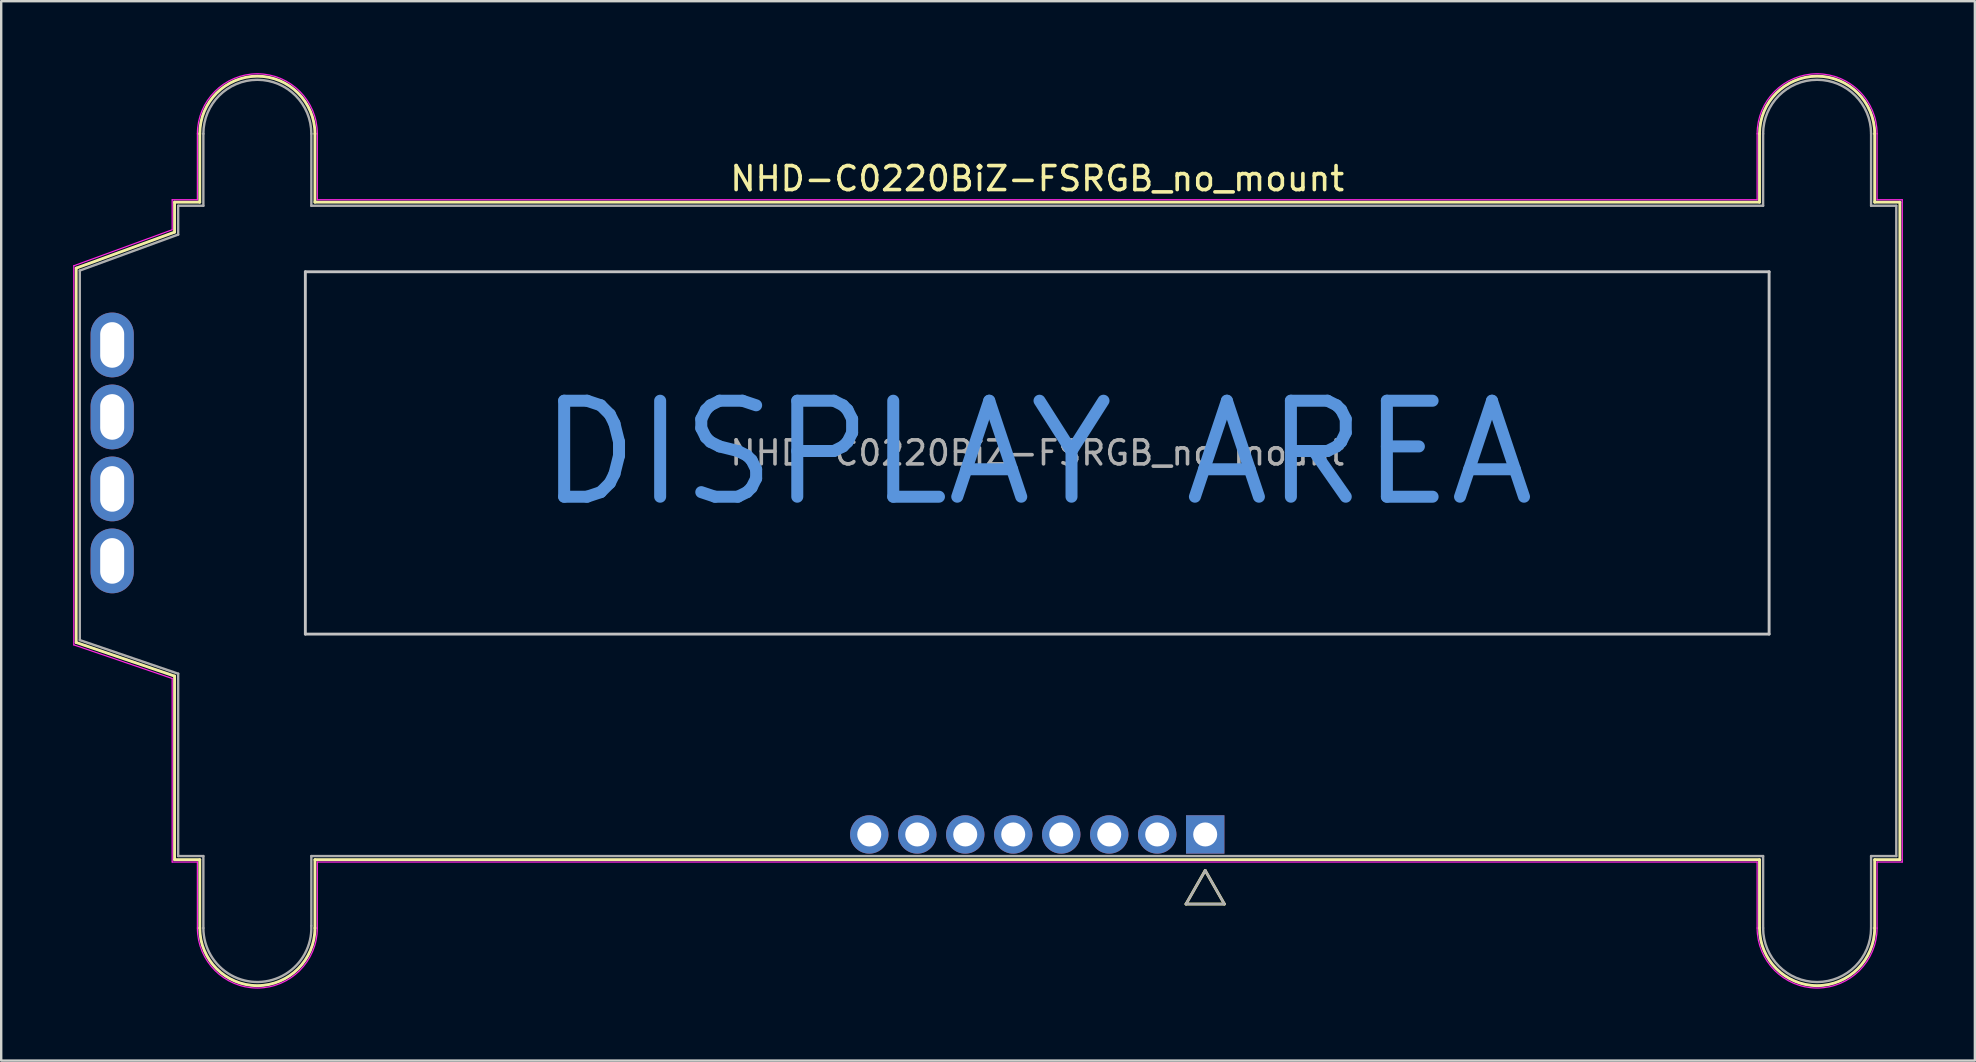
<source format=kicad_pcb>
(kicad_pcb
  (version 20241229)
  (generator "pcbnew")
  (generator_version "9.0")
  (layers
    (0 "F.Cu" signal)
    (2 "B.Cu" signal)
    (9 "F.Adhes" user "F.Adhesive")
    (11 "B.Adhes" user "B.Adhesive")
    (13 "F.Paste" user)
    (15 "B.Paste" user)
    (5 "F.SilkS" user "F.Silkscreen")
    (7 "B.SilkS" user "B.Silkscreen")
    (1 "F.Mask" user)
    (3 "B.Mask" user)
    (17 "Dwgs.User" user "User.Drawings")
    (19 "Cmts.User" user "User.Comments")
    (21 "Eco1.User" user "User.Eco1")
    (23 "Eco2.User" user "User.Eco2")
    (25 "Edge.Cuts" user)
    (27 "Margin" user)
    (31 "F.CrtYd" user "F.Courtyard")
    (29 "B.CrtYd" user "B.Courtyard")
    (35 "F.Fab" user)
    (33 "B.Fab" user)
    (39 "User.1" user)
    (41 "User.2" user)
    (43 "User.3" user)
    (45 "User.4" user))
  (footprint "NHD-C0220BiZ-FSRGB_no_mount"
    (layer "F.Cu")
    (at 40.175 15.825)
    (property "Reference" "NHD-C0220BiZ-FSRGB_no_mount" (at 0 -11.43 0) (layer "F.SilkS") (effects (font (size 1 1) (thickness 0.15))))
    (attr through_hole)
    (fp_line (start -40.05 -7.7) (end -40.05 7.9) (stroke (width 0.12) (type solid)) (layer "F.SilkS"))
    (fp_line (start -40.05 7.9) (end -35.95 9.3) (stroke (width 0.12) (type solid)) (layer "F.SilkS"))
    (fp_line (start -35.95 -10.45) (end -35.95 -9.2) (stroke (width 0.12) (type solid)) (layer "F.SilkS"))
    (fp_line (start -35.95 -9.2) (end -40.05 -7.7) (stroke (width 0.12) (type solid)) (layer "F.SilkS"))
    (fp_line (start -35.95 9.3) (end -35.95 16.95) (stroke (width 0.12) (type solid)) (layer "F.SilkS"))
    (fp_line (start -35.95 16.95) (end -34.9 16.95) (stroke (width 0.12) (type solid)) (layer "F.SilkS"))
    (fp_line (start -34.9 -13.3) (end -34.9 -10.45) (stroke (width 0.12) (type solid)) (layer "F.SilkS"))
    (fp_line (start -34.9 -10.45) (end -35.95 -10.45) (stroke (width 0.12) (type solid)) (layer "F.SilkS"))
    (fp_line (start -34.9 16.95) (end -34.9 19.8) (stroke (width 0.12) (type solid)) (layer "F.SilkS"))
    (fp_line (start -30.1 -10.45) (end -30.1 -13.3) (stroke (width 0.12) (type solid)) (layer "F.SilkS"))
    (fp_line (start -30.1 16.95) (end 30.1 16.95) (stroke (width 0.12) (type solid)) (layer "F.SilkS"))
    (fp_line (start -30.1 19.8) (end -30.1 16.95) (stroke (width 0.12) (type solid)) (layer "F.SilkS"))
    (fp_line (start 6.2 18.8) (end 7 17.4) (stroke (width 0.12) (type solid)) (layer "F.SilkS"))
    (fp_line (start 6.2 18.8) (end 7.8 18.8) (stroke (width 0.12) (type solid)) (layer "F.SilkS"))
    (fp_line (start 7 17.4) (end 7.8 18.8) (stroke (width 0.12) (type solid)) (layer "F.SilkS"))
    (fp_line (start 30.1 -13.3) (end 30.1 -10.45) (stroke (width 0.12) (type solid)) (layer "F.SilkS"))
    (fp_line (start 30.1 -10.45) (end -30.1 -10.45) (stroke (width 0.12) (type solid)) (layer "F.SilkS"))
    (fp_line (start 30.1 16.95) (end 30.1 19.8) (stroke (width 0.12) (type solid)) (layer "F.SilkS"))
    (fp_line (start 34.9 -10.45) (end 34.9 -13.3) (stroke (width 0.12) (type solid)) (layer "F.SilkS"))
    (fp_line (start 34.9 16.95) (end 35.95 16.95) (stroke (width 0.12) (type solid)) (layer "F.SilkS"))
    (fp_line (start 34.9 19.8) (end 34.9 16.95) (stroke (width 0.12) (type solid)) (layer "F.SilkS"))
    (fp_line (start 35.95 -10.45) (end 34.9 -10.45) (stroke (width 0.12) (type solid)) (layer "F.SilkS"))
    (fp_line (start 35.95 16.95) (end 35.95 -10.45) (stroke (width 0.12) (type solid)) (layer "F.SilkS"))
    (fp_arc (start -34.9 -13.3) (mid -32.5 -15.7) (end -30.1 -13.3) (stroke (width 0.12) (type solid)) (layer "F.SilkS"))
    (fp_arc (start -30.1 19.8) (mid -32.5 22.2) (end -34.9 19.8) (stroke (width 0.12) (type solid)) (layer "F.SilkS"))
    (fp_arc (start 30.1 -13.3) (mid 32.5 -15.7) (end 34.9 -13.3) (stroke (width 0.12) (type solid)) (layer "F.SilkS"))
    (fp_arc (start 34.9 19.8) (mid 32.5 22.2) (end 30.1 19.8) (stroke (width 0.12) (type solid)) (layer "F.SilkS"))
    (fp_line (start -30.5 -7.55) (end 30.5 -7.55) (stroke (width 0.12) (type solid)) (layer "Dwgs.User"))
    (fp_line (start -30.5 7.55) (end -30.5 -7.55) (stroke (width 0.12) (type solid)) (layer "Dwgs.User"))
    (fp_line (start 30.5 -7.55) (end 30.5 7.55) (stroke (width 0.12) (type solid)) (layer "Dwgs.User"))
    (fp_line (start 30.5 7.55) (end -30.5 7.55) (stroke (width 0.12) (type solid)) (layer "Dwgs.User"))
    (fp_line (start -40.15 -7.8) (end -36.05 -9.3) (stroke (width 0.05) (type solid)) (layer "F.CrtYd"))
    (fp_line (start -40.15 8) (end -40.15 -7.8) (stroke (width 0.05) (type solid)) (layer "F.CrtYd"))
    (fp_line (start -36.05 -10.55) (end -35 -10.55) (stroke (width 0.05) (type solid)) (layer "F.CrtYd"))
    (fp_line (start -36.05 -9.3) (end -36.05 -10.55) (stroke (width 0.05) (type solid)) (layer "F.CrtYd"))
    (fp_line (start -36.05 9.4) (end -40.15 8) (stroke (width 0.05) (type solid)) (layer "F.CrtYd"))
    (fp_line (start -36.05 17.05) (end -36.05 9.4) (stroke (width 0.05) (type solid)) (layer "F.CrtYd"))
    (fp_line (start -35 -10.55) (end -35 -13.3) (stroke (width 0.05) (type solid)) (layer "F.CrtYd"))
    (fp_line (start -35 17.05) (end -36.05 17.05) (stroke (width 0.05) (type solid)) (layer "F.CrtYd"))
    (fp_line (start -35 19.8) (end -35 17.05) (stroke (width 0.05) (type solid)) (layer "F.CrtYd"))
    (fp_line (start -30 -13.3) (end -30 -10.55) (stroke (width 0.05) (type solid)) (layer "F.CrtYd"))
    (fp_line (start -30 -10.55) (end 30 -10.55) (stroke (width 0.05) (type solid)) (layer "F.CrtYd"))
    (fp_line (start -30 17.05) (end -30 19.8) (stroke (width 0.05) (type solid)) (layer "F.CrtYd"))
    (fp_line (start 30 -10.55) (end 30 -13.3) (stroke (width 0.05) (type solid)) (layer "F.CrtYd"))
    (fp_line (start 30 17.05) (end -30 17.05) (stroke (width 0.05) (type solid)) (layer "F.CrtYd"))
    (fp_line (start 30 19.8) (end 30 17.05) (stroke (width 0.05) (type solid)) (layer "F.CrtYd"))
    (fp_line (start 35 -10.55) (end 35 -13.3) (stroke (width 0.05) (type solid)) (layer "F.CrtYd"))
    (fp_line (start 35 17.05) (end 35 19.8) (stroke (width 0.05) (type solid)) (layer "F.CrtYd"))
    (fp_line (start 36.05 -10.55) (end 35 -10.55) (stroke (width 0.05) (type solid)) (layer "F.CrtYd"))
    (fp_line (start 36.05 -10.55) (end 36.05 17.05) (stroke (width 0.05) (type solid)) (layer "F.CrtYd"))
    (fp_line (start 36.05 17.05) (end 35 17.05) (stroke (width 0.05) (type solid)) (layer "F.CrtYd"))
    (fp_arc (start -35 -13.3) (mid -32.5 -15.8) (end -30 -13.3) (stroke (width 0.05) (type solid)) (layer "F.CrtYd"))
    (fp_arc (start -30 19.8) (mid -32.5 22.3) (end -35 19.8) (stroke (width 0.05) (type solid)) (layer "F.CrtYd"))
    (fp_arc (start 30 -13.3) (mid 32.5 -15.8) (end 35 -13.3) (stroke (width 0.05) (type solid)) (layer "F.CrtYd"))
    (fp_arc (start 35 19.8) (mid 32.5 22.3) (end 30 19.8) (stroke (width 0.05) (type solid)) (layer "F.CrtYd"))
    (fp_line (start -39.9 -7.6) (end -35.8 -9.1) (stroke (width 0.1) (type solid)) (layer "F.Fab"))
    (fp_line (start -39.9 7.8) (end -39.9 -7.6) (stroke (width 0.1) (type solid)) (layer "F.Fab"))
    (fp_line (start -35.8 -10.3) (end -35.8 -9.1) (stroke (width 0.1) (type solid)) (layer "F.Fab"))
    (fp_line (start -35.8 -10.3) (end -34.75 -10.3) (stroke (width 0.1) (type solid)) (layer "F.Fab"))
    (fp_line (start -35.8 9.2) (end -39.9 7.8) (stroke (width 0.1) (type solid)) (layer "F.Fab"))
    (fp_line (start -35.8 9.2) (end -35.8 16.8) (stroke (width 0.1) (type solid)) (layer "F.Fab"))
    (fp_line (start -34.75 -10.3) (end -34.75 -13.3) (stroke (width 0.1) (type solid)) (layer "F.Fab"))
    (fp_line (start -34.75 16.8) (end -35.8 16.8) (stroke (width 0.1) (type solid)) (layer "F.Fab"))
    (fp_line (start -34.75 19.8) (end -34.75 16.8) (stroke (width 0.1) (type solid)) (layer "F.Fab"))
    (fp_line (start -30.25 -10.3) (end -30.25 -13.3) (stroke (width 0.1) (type solid)) (layer "F.Fab"))
    (fp_line (start -30.25 -10.3) (end 30.25 -10.3) (stroke (width 0.1) (type solid)) (layer "F.Fab"))
    (fp_line (start -30.25 16.8) (end -30.25 19.7) (stroke (width 0.1) (type solid)) (layer "F.Fab"))
    (fp_line (start -30.25 16.8) (end 30.25 16.8) (stroke (width 0.1) (type solid)) (layer "F.Fab"))
    (fp_line (start 6.2 18.8) (end 7.8 18.8) (stroke (width 0.1) (type solid)) (layer "F.Fab"))
    (fp_line (start 7 17.4) (end 6.2 18.8) (stroke (width 0.1) (type solid)) (layer "F.Fab"))
    (fp_line (start 7.8 18.8) (end 7 17.4) (stroke (width 0.1) (type solid)) (layer "F.Fab"))
    (fp_line (start 30.25 -10.3) (end 30.25 -13.3) (stroke (width 0.1) (type solid)) (layer "F.Fab"))
    (fp_line (start 30.25 19.8) (end 30.25 16.8) (stroke (width 0.1) (type solid)) (layer "F.Fab"))
    (fp_line (start 34.75 -13.3) (end 34.75 -10.3) (stroke (width 0.1) (type solid)) (layer "F.Fab"))
    (fp_line (start 34.75 -10.3) (end 35.8 -10.3) (stroke (width 0.1) (type solid)) (layer "F.Fab"))
    (fp_line (start 34.75 16.8) (end 34.75 19.8) (stroke (width 0.1) (type solid)) (layer "F.Fab"))
    (fp_line (start 35.8 -10.3) (end 35.8 16.8) (stroke (width 0.1) (type solid)) (layer "F.Fab"))
    (fp_line (start 35.8 16.8) (end 34.75 16.8) (stroke (width 0.1) (type solid)) (layer "F.Fab"))
    (fp_arc (start -34.75 -13.3) (mid -32.5 -15.55) (end -30.25 -13.3) (stroke (width 0.1) (type solid)) (layer "F.Fab"))
    (fp_arc (start -30.251542 19.716724) (mid -32.458355 22.049614) (end -34.75 19.8) (stroke (width 0.1) (type solid)) (layer "F.Fab"))
    (fp_arc (start 30.25 -13.3) (mid 32.5 -15.55) (end 34.75 -13.3) (stroke (width 0.1) (type solid)) (layer "F.Fab"))
    (fp_arc (start 34.75 19.8) (mid 32.5 22.05) (end 30.25 19.8) (stroke (width 0.1) (type solid)) (layer "F.Fab"))
    (fp_text user "DISPLAY AREA" (at 0 0 0) (layer "Cmts.User") (effects (font (size 4 4) (thickness 0.5))))
    (fp_text user "${REFERENCE}" (at 0 0 0) (layer "F.Fab") (effects (font (size 1 1) (thickness 0.15))))
    (pad "1" thru_hole rect (at 7 15.9) (size 1.6 1.6) (drill 1) (layers "*.Cu" "*.Mask"))
    (pad "2" thru_hole circle (at 5 15.9) (size 1.6 1.6) (drill 1) (layers "*.Cu" "*.Mask"))
    (pad "3" thru_hole circle (at 3 15.9) (size 1.6 1.6) (drill 1) (layers "*.Cu" "*.Mask"))
    (pad "4" thru_hole circle (at 1 15.9) (size 1.6 1.6) (drill 1) (layers "*.Cu" "*.Mask"))
    (pad "5" thru_hole circle (at -1 15.9) (size 1.6 1.6) (drill 1) (layers "*.Cu" "*.Mask"))
    (pad "6" thru_hole circle (at -3 15.9) (size 1.6 1.6) (drill 1) (layers "*.Cu" "*.Mask"))
    (pad "7" thru_hole circle (at -5 15.9) (size 1.6 1.6) (drill 1) (layers "*.Cu" "*.Mask"))
    (pad "8" thru_hole circle (at -7 15.9) (size 1.6 1.6) (drill 1) (layers "*.Cu" "*.Mask"))
    (pad "9" thru_hole oval (at -38.55 4.5) (size 1.8 2.7) (drill oval 1 1.9) (layers "*.Cu" "*.Mask"))
    (pad "10" thru_hole oval (at -38.55 1.5) (size 1.8 2.7) (drill oval 1 1.9) (layers "*.Cu" "*.Mask"))
    (pad "11" thru_hole oval (at -38.55 -1.5) (size 1.8 2.7) (drill oval 1 1.9) (layers "*.Cu" "*.Mask"))
    (pad "12" thru_hole oval (at -38.55 -4.5) (size 1.8 2.7) (drill oval 1 1.9) (layers "*.Cu" "*.Mask")))
  (gr_rect
    (start -3 -3)
    (end 79.25 41.15)
    (stroke (width 0.1) (type default))
    (fill no)
    (layer "Edge.Cuts")))
</source>
